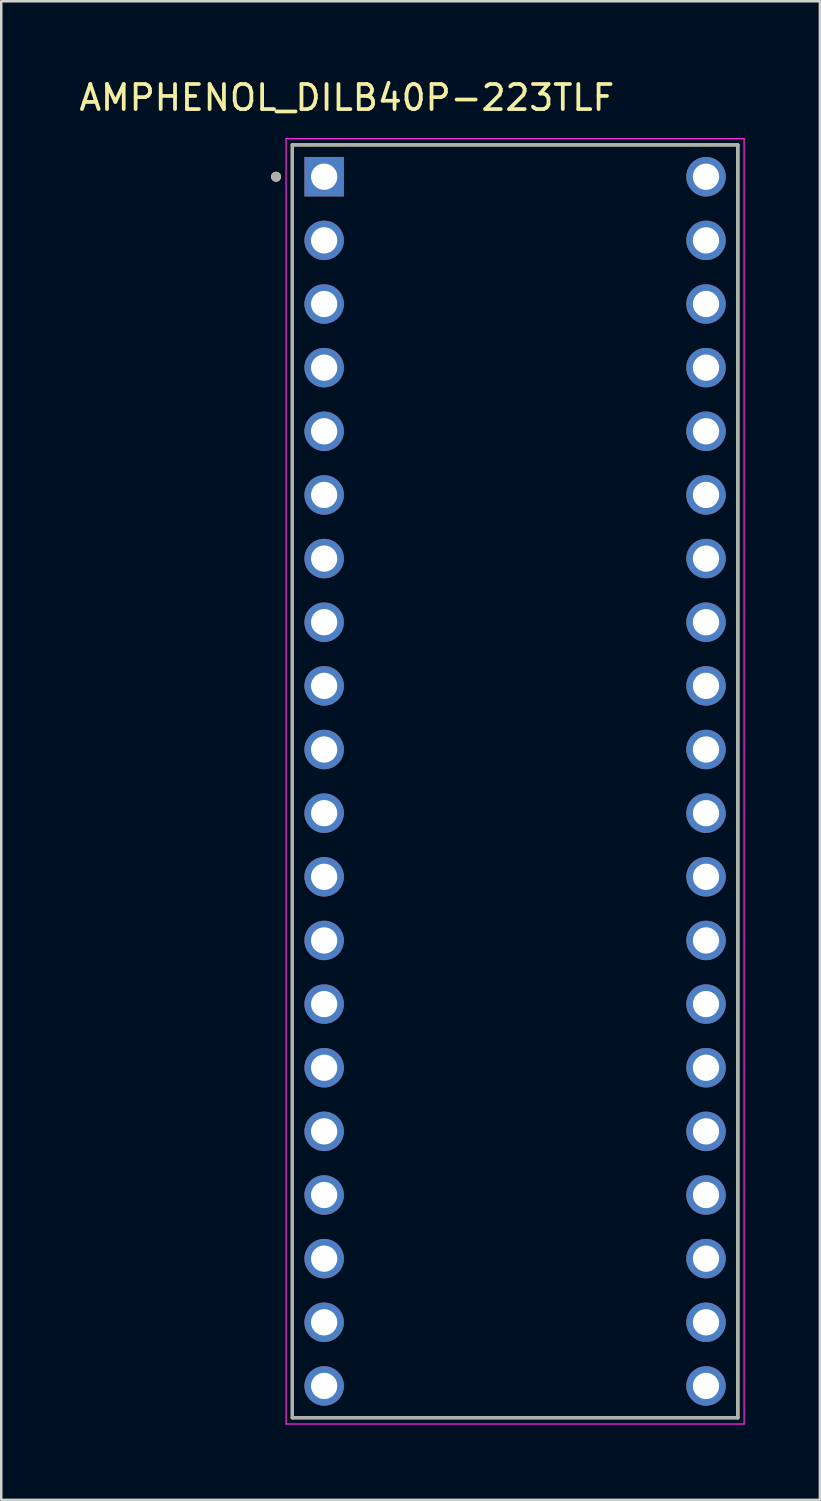
<source format=kicad_pcb>
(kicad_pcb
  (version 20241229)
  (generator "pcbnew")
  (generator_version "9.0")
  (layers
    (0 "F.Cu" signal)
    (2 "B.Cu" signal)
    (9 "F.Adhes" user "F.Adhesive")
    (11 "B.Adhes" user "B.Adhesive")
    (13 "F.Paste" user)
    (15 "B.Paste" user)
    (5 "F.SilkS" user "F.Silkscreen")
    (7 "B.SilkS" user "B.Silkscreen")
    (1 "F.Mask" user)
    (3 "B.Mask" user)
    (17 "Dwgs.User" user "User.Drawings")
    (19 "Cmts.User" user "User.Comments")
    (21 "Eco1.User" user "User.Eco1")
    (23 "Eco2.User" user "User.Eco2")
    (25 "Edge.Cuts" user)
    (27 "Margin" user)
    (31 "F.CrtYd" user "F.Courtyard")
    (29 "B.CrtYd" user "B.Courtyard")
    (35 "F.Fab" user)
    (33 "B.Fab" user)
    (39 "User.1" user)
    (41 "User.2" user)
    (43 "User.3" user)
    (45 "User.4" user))
  (footprint "AMPHENOL_DILB40P-223TLF"
    (layer "F.Cu")
    (at 17.507 28.133)
    (property "Reference" "AMPHENOL_DILB40P-223TLF" (at -6.715 -27.285 0) (layer "F.SilkS") (effects (font (size 1 1) (thickness 0.15))))
    (attr through_hole)
    (fp_line (start -8.89 -25.4) (end 8.89 -25.4) (stroke (width 0.127) (type solid)) (layer "F.SilkS"))
    (fp_line (start -8.89 25.4) (end -8.89 -25.4) (stroke (width 0.127) (type solid)) (layer "F.SilkS"))
    (fp_line (start 8.89 25.4) (end -8.89 25.4) (stroke (width 0.127) (type solid)) (layer "F.SilkS"))
    (fp_line (start 8.89 25.4) (end 8.89 -25.4) (stroke (width 0.127) (type solid)) (layer "F.SilkS"))
    (fp_circle (center -9.54 -24.13) (end -9.44 -24.13) (stroke (width 0.2) (type solid)) (fill no) (layer "F.SilkS"))
    (fp_line (start -9.14 -25.65) (end 9.14 -25.65) (stroke (width 0.05) (type solid)) (layer "F.CrtYd"))
    (fp_line (start -9.14 25.65) (end -9.14 -25.65) (stroke (width 0.05) (type solid)) (layer "F.CrtYd"))
    (fp_line (start 9.14 -25.65) (end 9.14 25.65) (stroke (width 0.05) (type solid)) (layer "F.CrtYd"))
    (fp_line (start 9.14 25.65) (end -9.14 25.65) (stroke (width 0.05) (type solid)) (layer "F.CrtYd"))
    (fp_line (start -8.89 -25.4) (end 8.89 -25.4) (stroke (width 0.127) (type solid)) (layer "F.Fab"))
    (fp_line (start -8.89 25.4) (end -8.89 -25.4) (stroke (width 0.127) (type solid)) (layer "F.Fab"))
    (fp_line (start 8.89 -25.4) (end 8.89 25.4) (stroke (width 0.127) (type solid)) (layer "F.Fab"))
    (fp_line (start 8.89 25.4) (end -8.89 25.4) (stroke (width 0.127) (type solid)) (layer "F.Fab"))
    (fp_circle (center -9.54 -24.13) (end -9.44 -24.13) (stroke (width 0.2) (type solid)) (fill no) (layer "F.Fab"))
    (pad "1" thru_hole rect (at -7.62 -24.13) (size 1.575 1.575) (drill 1.05) (layers "*.Cu" "*.Mask"))
    (pad "2" thru_hole circle (at -7.62 -21.59) (size 1.575 1.575) (drill 1.05) (layers "*.Cu" "*.Mask"))
    (pad "3" thru_hole circle (at -7.62 -19.05) (size 1.575 1.575) (drill 1.05) (layers "*.Cu" "*.Mask"))
    (pad "4" thru_hole circle (at -7.62 -16.51) (size 1.575 1.575) (drill 1.05) (layers "*.Cu" "*.Mask"))
    (pad "5" thru_hole circle (at -7.62 -13.97) (size 1.575 1.575) (drill 1.05) (layers "*.Cu" "*.Mask"))
    (pad "6" thru_hole circle (at -7.62 -11.43) (size 1.575 1.575) (drill 1.05) (layers "*.Cu" "*.Mask"))
    (pad "7" thru_hole circle (at -7.62 -8.89) (size 1.575 1.575) (drill 1.05) (layers "*.Cu" "*.Mask"))
    (pad "8" thru_hole circle (at -7.62 -6.35) (size 1.575 1.575) (drill 1.05) (layers "*.Cu" "*.Mask"))
    (pad "9" thru_hole circle (at -7.62 -3.81) (size 1.575 1.575) (drill 1.05) (layers "*.Cu" "*.Mask"))
    (pad "10" thru_hole circle (at -7.62 -1.27) (size 1.575 1.575) (drill 1.05) (layers "*.Cu" "*.Mask"))
    (pad "11" thru_hole circle (at -7.62 1.27) (size 1.575 1.575) (drill 1.05) (layers "*.Cu" "*.Mask"))
    (pad "12" thru_hole circle (at -7.62 3.81) (size 1.575 1.575) (drill 1.05) (layers "*.Cu" "*.Mask"))
    (pad "13" thru_hole circle (at -7.62 6.35) (size 1.575 1.575) (drill 1.05) (layers "*.Cu" "*.Mask"))
    (pad "14" thru_hole circle (at -7.62 8.89) (size 1.575 1.575) (drill 1.05) (layers "*.Cu" "*.Mask"))
    (pad "15" thru_hole circle (at -7.62 11.43) (size 1.575 1.575) (drill 1.05) (layers "*.Cu" "*.Mask"))
    (pad "16" thru_hole circle (at -7.62 13.97) (size 1.575 1.575) (drill 1.05) (layers "*.Cu" "*.Mask"))
    (pad "17" thru_hole circle (at -7.62 16.51) (size 1.575 1.575) (drill 1.05) (layers "*.Cu" "*.Mask"))
    (pad "18" thru_hole circle (at -7.62 19.05) (size 1.575 1.575) (drill 1.05) (layers "*.Cu" "*.Mask"))
    (pad "19" thru_hole circle (at -7.62 21.59) (size 1.575 1.575) (drill 1.05) (layers "*.Cu" "*.Mask"))
    (pad "20" thru_hole circle (at -7.62 24.13) (size 1.575 1.575) (drill 1.05) (layers "*.Cu" "*.Mask"))
    (pad "21" thru_hole circle (at 7.62 24.13) (size 1.575 1.575) (drill 1.05) (layers "*.Cu" "*.Mask"))
    (pad "22" thru_hole circle (at 7.62 21.59) (size 1.575 1.575) (drill 1.05) (layers "*.Cu" "*.Mask"))
    (pad "23" thru_hole circle (at 7.62 19.05) (size 1.575 1.575) (drill 1.05) (layers "*.Cu" "*.Mask"))
    (pad "24" thru_hole circle (at 7.62 16.51) (size 1.575 1.575) (drill 1.05) (layers "*.Cu" "*.Mask"))
    (pad "25" thru_hole circle (at 7.62 13.97) (size 1.575 1.575) (drill 1.05) (layers "*.Cu" "*.Mask"))
    (pad "26" thru_hole circle (at 7.62 11.43) (size 1.575 1.575) (drill 1.05) (layers "*.Cu" "*.Mask"))
    (pad "27" thru_hole circle (at 7.62 8.89) (size 1.575 1.575) (drill 1.05) (layers "*.Cu" "*.Mask"))
    (pad "28" thru_hole circle (at 7.62 6.35) (size 1.575 1.575) (drill 1.05) (layers "*.Cu" "*.Mask"))
    (pad "29" thru_hole circle (at 7.62 3.81) (size 1.575 1.575) (drill 1.05) (layers "*.Cu" "*.Mask"))
    (pad "30" thru_hole circle (at 7.62 1.27) (size 1.575 1.575) (drill 1.05) (layers "*.Cu" "*.Mask"))
    (pad "31" thru_hole circle (at 7.62 -1.27) (size 1.575 1.575) (drill 1.05) (layers "*.Cu" "*.Mask"))
    (pad "32" thru_hole circle (at 7.62 -3.81) (size 1.575 1.575) (drill 1.05) (layers "*.Cu" "*.Mask"))
    (pad "33" thru_hole circle (at 7.62 -6.35) (size 1.575 1.575) (drill 1.05) (layers "*.Cu" "*.Mask"))
    (pad "34" thru_hole circle (at 7.62 -8.89) (size 1.575 1.575) (drill 1.05) (layers "*.Cu" "*.Mask"))
    (pad "35" thru_hole circle (at 7.62 -11.43) (size 1.575 1.575) (drill 1.05) (layers "*.Cu" "*.Mask"))
    (pad "36" thru_hole circle (at 7.62 -13.97) (size 1.575 1.575) (drill 1.05) (layers "*.Cu" "*.Mask"))
    (pad "37" thru_hole circle (at 7.62 -16.51) (size 1.575 1.575) (drill 1.05) (layers "*.Cu" "*.Mask"))
    (pad "38" thru_hole circle (at 7.62 -19.05) (size 1.575 1.575) (drill 1.05) (layers "*.Cu" "*.Mask"))
    (pad "39" thru_hole circle (at 7.62 -21.59) (size 1.575 1.575) (drill 1.05) (layers "*.Cu" "*.Mask"))
    (pad "40" thru_hole circle (at 7.62 -24.13) (size 1.575 1.575) (drill 1.05) (layers "*.Cu" "*.Mask")))
  (gr_rect
    (start -3 -3)
    (end 29.672 56.808)
    (stroke (width 0.1) (type default))
    (fill no)
    (layer "Edge.Cuts")))
</source>
